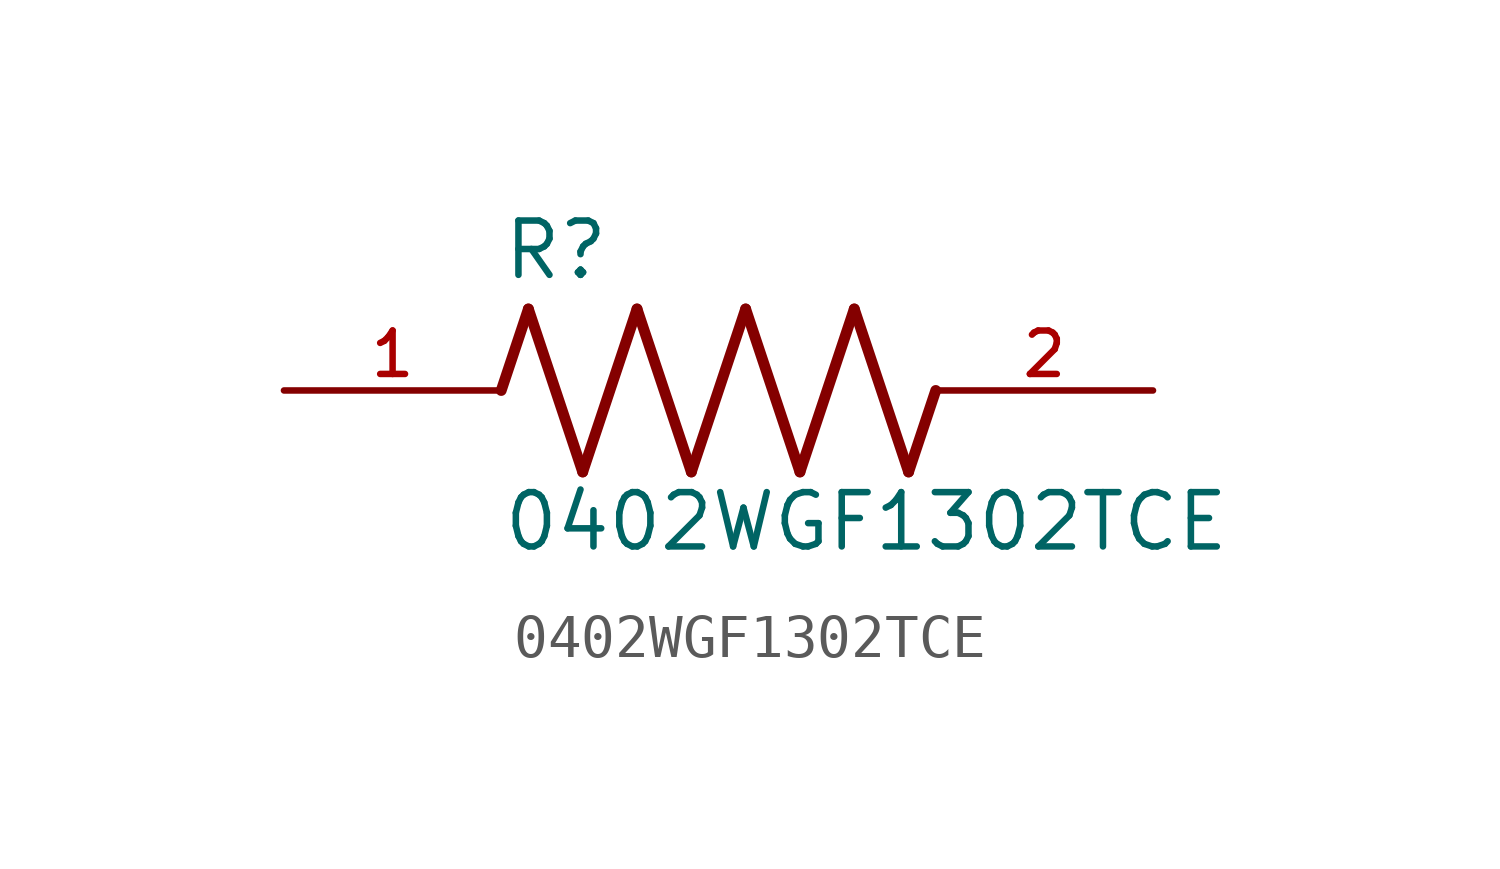
<source format=kicad_sym>
(kicad_symbol_lib
  (version 20211014)
  (generator kicad_symbol_editor)
  (symbol "0402WGF1302TCE"
    (pin_names
      (offset 1.016))
    (property "Reference" "R"
      (at -5.08 2.54 0)
      (effects (font (size 1.27 1.27)) (justify bottom left)))
    (property "Value" "0402WGF1302TCE"
      (at -5.08 -3.81 0)
      (effects (font (size 1.27 1.27)) (justify bottom left)))
    (symbol "0402WGF1302TCE_0_0"
      (polyline (pts (xy -5.08 0.0) (xy -4.445 1.905)) (stroke (width 0.254)))
      (polyline (pts (xy -4.445 1.905) (xy -3.175 -1.905)) (stroke (width 0.254)))
      (polyline (pts (xy -3.175 -1.905) (xy -1.905 1.905)) (stroke (width 0.254)))
      (polyline (pts (xy -1.905 1.905) (xy -0.635 -1.905)) (stroke (width 0.254)))
      (polyline (pts (xy -0.635 -1.905) (xy 0.635 1.905)) (stroke (width 0.254)))
      (polyline (pts (xy 0.635 1.905) (xy 1.905 -1.905)) (stroke (width 0.254)))
      (polyline (pts (xy 1.905 -1.905) (xy 3.175 1.905)) (stroke (width 0.254)))
      (polyline (pts (xy 3.175 1.905) (xy 4.445 -1.905)) (stroke (width 0.254)))
      (polyline (pts (xy 4.445 -1.905) (xy 5.08 0.0)) (stroke (width 0.254)))
      (pin passive line (at -10.16 0.0 0) (length 5.08) (name "~" (effects (font (size 1.016 1.016)))) (number "1" (effects (font (size 1.016 1.016)))))
      (pin passive line (at 10.16 0.0 180.0) (length 5.08) (name "~" (effects (font (size 1.016 1.016)))) (number "2" (effects (font (size 1.016 1.016))))))))
</source>
